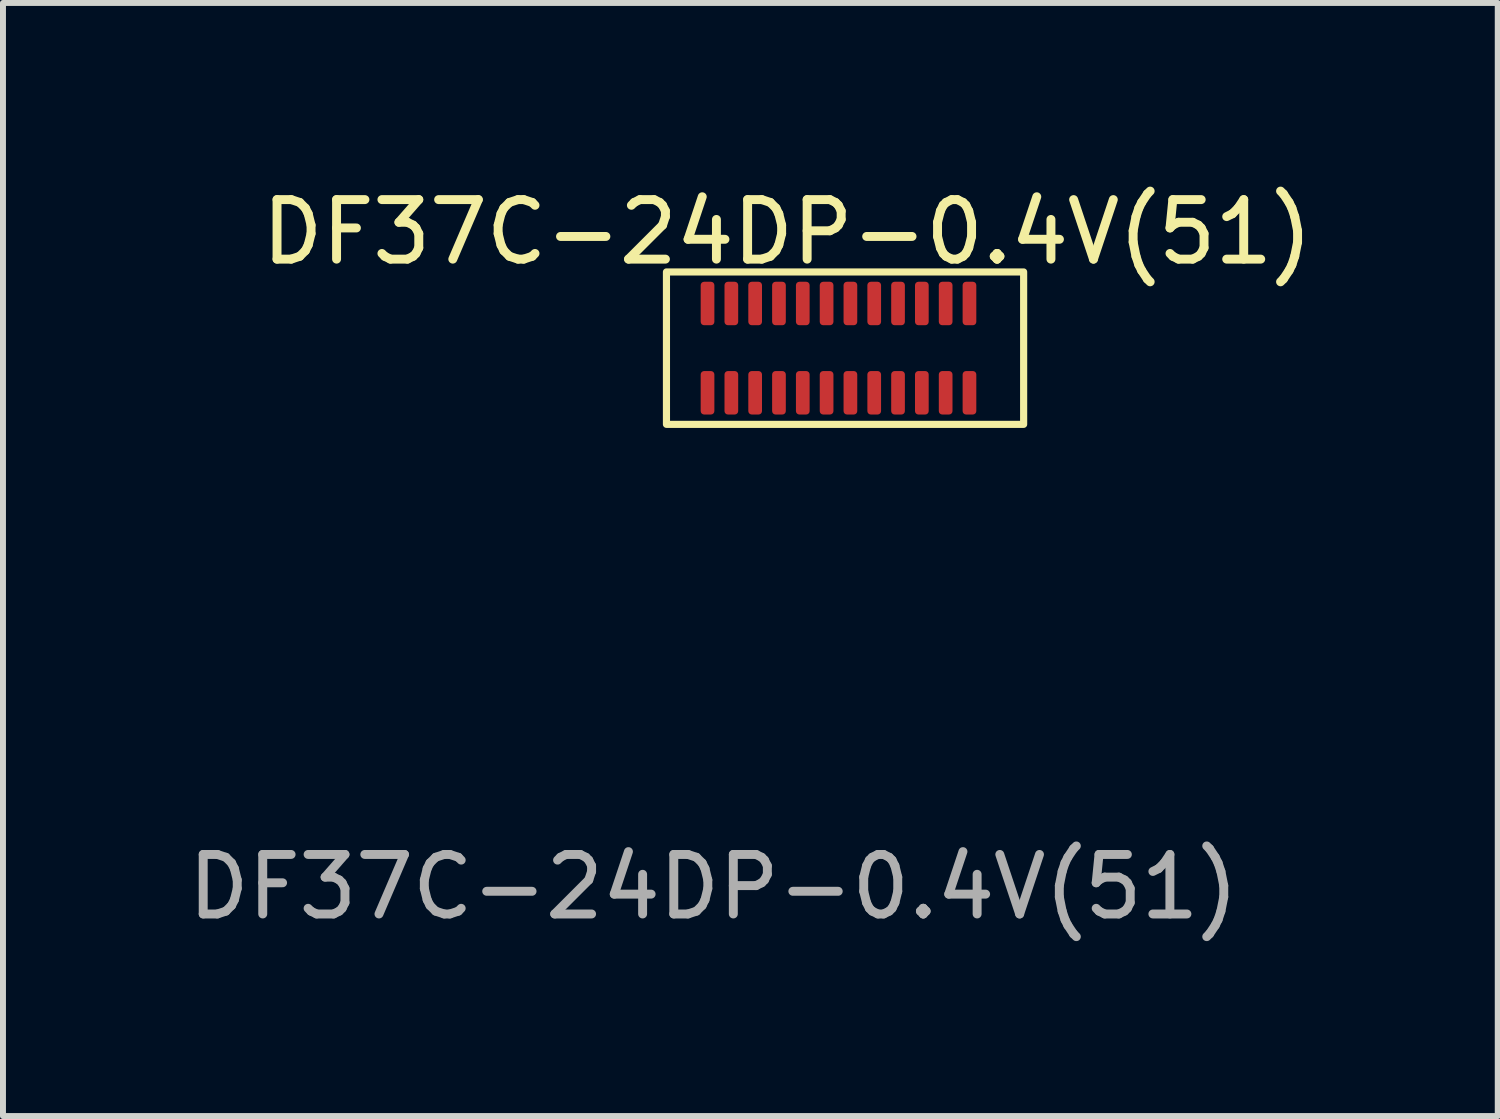
<source format=kicad_pcb>
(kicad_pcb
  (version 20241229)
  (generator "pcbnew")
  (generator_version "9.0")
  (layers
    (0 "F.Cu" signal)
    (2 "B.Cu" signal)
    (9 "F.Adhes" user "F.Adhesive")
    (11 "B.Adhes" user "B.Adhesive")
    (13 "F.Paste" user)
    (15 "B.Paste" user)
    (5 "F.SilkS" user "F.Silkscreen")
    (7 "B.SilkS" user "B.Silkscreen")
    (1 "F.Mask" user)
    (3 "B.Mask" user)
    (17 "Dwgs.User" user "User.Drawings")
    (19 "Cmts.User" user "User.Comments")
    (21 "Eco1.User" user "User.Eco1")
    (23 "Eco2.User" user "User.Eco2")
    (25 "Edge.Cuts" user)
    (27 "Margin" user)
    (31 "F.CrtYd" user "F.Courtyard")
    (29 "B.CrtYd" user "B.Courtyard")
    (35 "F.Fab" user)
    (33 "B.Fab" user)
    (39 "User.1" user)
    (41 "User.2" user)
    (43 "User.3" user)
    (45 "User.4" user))
  (footprint "DF37C-24DP-0.4V(51)"
    (layer "F.Cu")
    (at 8.835 2.048)
    (property "Reference" "DF37C-24DP-0.4V(51)" (at 1.34 -1.2 0) (unlocked yes) (layer "F.SilkS") (effects (font (size 1 1) (thickness 0.15))))
    (attr smd)
    (fp_rect (start -0.69 -0.53) (end 5.31 2.03) (stroke (width 0.12) (type default)) (fill no) (layer "F.SilkS"))
    (fp_text user "${REFERENCE}" (at 0.1 9.8 0) (unlocked yes) (layer "F.Fab") (effects (font (size 1 1) (thickness 0.15))))
    (pad "1" smd roundrect (at 0 0) (size 0.23 0.73) (layers "F.Cu" "F.Mask" "F.Paste") (roundrect_rratio 0.25))
    (pad "2" smd roundrect (at 0 1.5) (size 0.23 0.73) (layers "F.Cu" "F.Mask" "F.Paste") (roundrect_rratio 0.25))
    (pad "3" smd roundrect (at 0.4 0) (size 0.23 0.73) (layers "F.Cu" "F.Mask" "F.Paste") (roundrect_rratio 0.25))
    (pad "4" smd roundrect (at 0.4 1.5) (size 0.23 0.73) (layers "F.Cu" "F.Mask" "F.Paste") (roundrect_rratio 0.25))
    (pad "5" smd roundrect (at 0.8 0) (size 0.23 0.73) (layers "F.Cu" "F.Mask" "F.Paste") (roundrect_rratio 0.25))
    (pad "6" smd roundrect (at 0.8 1.5) (size 0.23 0.73) (layers "F.Cu" "F.Mask" "F.Paste") (roundrect_rratio 0.25))
    (pad "7" smd roundrect (at 1.2 0) (size 0.23 0.73) (layers "F.Cu" "F.Mask" "F.Paste") (roundrect_rratio 0.25))
    (pad "8" smd roundrect (at 1.2 1.5) (size 0.23 0.73) (layers "F.Cu" "F.Mask" "F.Paste") (roundrect_rratio 0.25))
    (pad "9" smd roundrect (at 1.6 0) (size 0.23 0.73) (layers "F.Cu" "F.Mask" "F.Paste") (roundrect_rratio 0.25))
    (pad "10" smd roundrect (at 1.6 1.5) (size 0.23 0.73) (layers "F.Cu" "F.Mask" "F.Paste") (roundrect_rratio 0.25))
    (pad "11" smd roundrect (at 2 0) (size 0.23 0.73) (layers "F.Cu" "F.Mask" "F.Paste") (roundrect_rratio 0.25))
    (pad "12" smd roundrect (at 2 1.5) (size 0.23 0.73) (layers "F.Cu" "F.Mask" "F.Paste") (roundrect_rratio 0.25))
    (pad "13" smd roundrect (at 2.4 0) (size 0.23 0.73) (layers "F.Cu" "F.Mask" "F.Paste") (roundrect_rratio 0.25))
    (pad "14" smd roundrect (at 2.4 1.5) (size 0.23 0.73) (layers "F.Cu" "F.Mask" "F.Paste") (roundrect_rratio 0.25))
    (pad "15" smd roundrect (at 2.8 0) (size 0.23 0.73) (layers "F.Cu" "F.Mask" "F.Paste") (roundrect_rratio 0.25))
    (pad "16" smd roundrect (at 2.8 1.5) (size 0.23 0.73) (layers "F.Cu" "F.Mask" "F.Paste") (roundrect_rratio 0.25))
    (pad "17" smd roundrect (at 3.2 0) (size 0.23 0.73) (layers "F.Cu" "F.Mask" "F.Paste") (roundrect_rratio 0.25))
    (pad "18" smd roundrect (at 3.2 1.5) (size 0.23 0.73) (layers "F.Cu" "F.Mask" "F.Paste") (roundrect_rratio 0.25))
    (pad "19" smd roundrect (at 3.6 0) (size 0.23 0.73) (layers "F.Cu" "F.Mask" "F.Paste") (roundrect_rratio 0.25))
    (pad "20" smd roundrect (at 3.6 1.5) (size 0.23 0.73) (layers "F.Cu" "F.Mask" "F.Paste") (roundrect_rratio 0.25))
    (pad "21" smd roundrect (at 4 0) (size 0.23 0.73) (layers "F.Cu" "F.Mask" "F.Paste") (roundrect_rratio 0.25))
    (pad "22" smd roundrect (at 4 1.5) (size 0.23 0.73) (layers "F.Cu" "F.Mask" "F.Paste") (roundrect_rratio 0.25))
    (pad "23" smd roundrect (at 4.4 0) (size 0.23 0.73) (layers "F.Cu" "F.Mask" "F.Paste") (roundrect_rratio 0.25))
    (pad "24" smd roundrect (at 4.4 1.5) (size 0.23 0.73) (layers "F.Cu" "F.Mask" "F.Paste") (roundrect_rratio 0.25)))
  (gr_rect
    (start -3 -3)
    (end 22.109 15.697)
    (stroke (width 0.1) (type default))
    (fill no)
    (layer "Edge.Cuts")))
</source>
